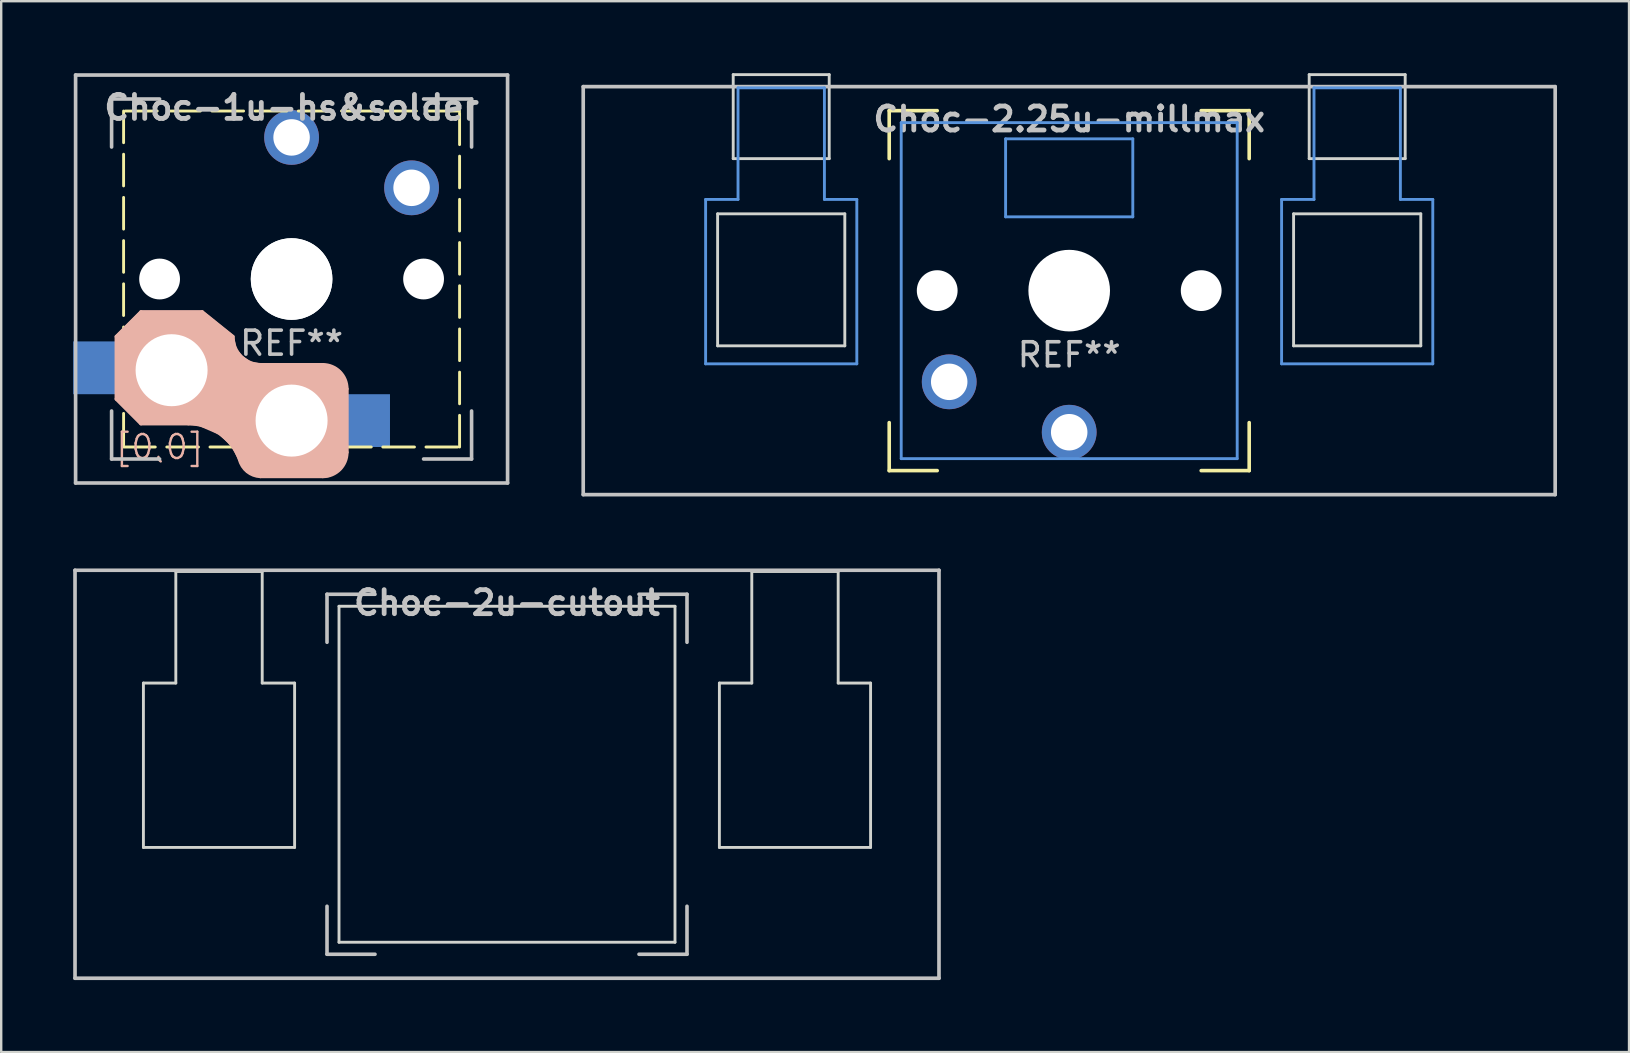
<source format=kicad_pcb>
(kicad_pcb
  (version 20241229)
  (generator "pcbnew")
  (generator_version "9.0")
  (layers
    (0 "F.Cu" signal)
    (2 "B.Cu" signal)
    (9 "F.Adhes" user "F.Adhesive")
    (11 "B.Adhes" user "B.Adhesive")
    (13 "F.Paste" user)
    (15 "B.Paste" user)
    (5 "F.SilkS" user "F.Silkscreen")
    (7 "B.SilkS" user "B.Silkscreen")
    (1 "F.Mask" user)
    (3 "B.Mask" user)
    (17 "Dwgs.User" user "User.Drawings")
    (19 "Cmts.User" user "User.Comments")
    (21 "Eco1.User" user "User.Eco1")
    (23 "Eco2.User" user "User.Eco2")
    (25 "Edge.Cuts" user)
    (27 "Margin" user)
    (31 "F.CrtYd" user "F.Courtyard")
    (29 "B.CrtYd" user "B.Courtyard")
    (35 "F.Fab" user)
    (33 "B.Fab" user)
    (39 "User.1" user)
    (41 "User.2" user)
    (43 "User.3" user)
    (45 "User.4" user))
  (footprint "Choc-1u-hs&solder"
    (layer "F.Cu")
    (at 9.1 8.576)
    (property "Reference" "Choc-1u-hs&solder" (at 0 -7.144 180) (layer "Dwgs.User") (effects (font (size 1 1) (thickness 0.2))))
    (property "COL" "0" (at 0 0 0) (layer "F.Fab") (hide yes) (effects (font (size 1.27 1.27) (thickness 0.15))))
    (property "ROW" "0" (at 0 0 0) (layer "F.Fab") (hide yes) (effects (font (size 1.27 1.27) (thickness 0.15))))
    (attr through_hole)
    (fp_line (start -7 -7) (end -7 7) (stroke (width 0.12) (type dash)) (layer "F.SilkS"))
    (fp_line (start -7 7) (end 7 7) (stroke (width 0.12) (type dash)) (layer "F.SilkS"))
    (fp_line (start 7 -7) (end -7 -7) (stroke (width 0.12) (type dash)) (layer "F.SilkS"))
    (fp_line (start 7 7) (end 7 -7) (stroke (width 0.12) (type dash)) (layer "F.SilkS"))
    (fp_line (start -7.3 2.4) (end -7.3 5) (stroke (width 0.15) (type solid)) (layer "B.SilkS"))
    (fp_line (start -7.3 2.4) (end -6.275 1.375) (stroke (width 0.15) (type solid)) (layer "B.SilkS"))
    (fp_line (start -7.3 5) (end -6.275 6.025) (stroke (width 0.15) (type solid)) (layer "B.SilkS"))
    (fp_line (start -4.3 6.025) (end -6.275 6.025) (stroke (width 0.15) (type solid)) (layer "B.SilkS"))
    (fp_line (start -3.725 1.375) (end -6.275 1.375) (stroke (width 0.15) (type solid)) (layer "B.SilkS"))
    (fp_line (start -3.725 1.375) (end -2.45 2.4) (stroke (width 0.15) (type solid)) (layer "B.SilkS"))
    (fp_line (start 1.3 3.575) (end -1.275 3.575) (stroke (width 0.15) (type solid)) (layer "B.SilkS"))
    (fp_line (start 1.3 8.225) (end -1.3 8.225) (stroke (width 0.15) (type solid)) (layer "B.SilkS"))
    (fp_line (start 2.3 4.575) (end 2.3 7.225) (stroke (width 0.15) (type solid)) (layer "B.SilkS"))
    (fp_arc (start -4.3 6.025) (mid -2.995114 6.436429) (end -2.162199 7.521904) (stroke (width 0.15) (type solid)) (layer "B.SilkS"))
    (fp_arc (start -1.300995 8.223791) (mid -1.848284 8.016021) (end -2.162199 7.521904) (stroke (width 0.15) (type solid)) (layer "B.SilkS"))
    (fp_arc (start -1.275 3.575) (mid -2.10585 3.23085) (end -2.45 2.4) (stroke (width 0.15) (type solid)) (layer "B.SilkS"))
    (fp_arc (start 1.3 3.575) (mid 2.007107 3.867893) (end 2.3 4.575) (stroke (width 0.15) (type solid)) (layer "B.SilkS"))
    (fp_arc (start 2.3 7.225) (mid 2.007107 7.932107) (end 1.3 8.225) (stroke (width 0.15) (type solid)) (layer "B.SilkS"))
    (fp_poly (pts (xy -7.3 5) (xy -7.3 2.4) (xy -6.275 1.375) (xy -3.725 1.375) (xy -2.45 2.4) (xy -2.35 2.93) (xy -2.106 3.231) (xy -1.73 3.5) (xy -1.275 3.575) (xy 1.3 3.575) (xy 1.81 3.72) (xy 2.007 3.868) (xy 2.21 4.2) (xy 2.3 4.575) (xy 2.3 7.225) (xy 2.18 7.66) (xy 2.007 7.932) (xy 1.52 8.2) (xy 1.3 8.225) (xy -1.3 8.225) (xy -1.848 8.016) (xy -2.162 7.522) (xy -2.45 6.94) (xy -2.995 6.436) (xy -3.89 6.05) (xy -4.3 6.025) (xy -6.275 6.025)) (stroke (width 0.12) (type solid)) (fill yes) (layer "B.SilkS"))
    (fp_line (start -9 -8.5) (end 9 -8.5) (stroke (width 0.152) (type solid)) (layer "Dwgs.User"))
    (fp_line (start -9 8.5) (end -9 -8.5) (stroke (width 0.152) (type solid)) (layer "Dwgs.User"))
    (fp_line (start -7.5 -7.5) (end -7.5 -5.5) (stroke (width 0.15) (type solid)) (layer "Dwgs.User"))
    (fp_line (start -7.5 7.5) (end -7.5 5.5) (stroke (width 0.15) (type solid)) (layer "Dwgs.User"))
    (fp_line (start -5.5 -7.5) (end -7.5 -7.5) (stroke (width 0.15) (type solid)) (layer "Dwgs.User"))
    (fp_line (start -5.5 7.5) (end -7.5 7.5) (stroke (width 0.15) (type solid)) (layer "Dwgs.User"))
    (fp_line (start 5.5 -7.5) (end 7.5 -7.5) (stroke (width 0.15) (type solid)) (layer "Dwgs.User"))
    (fp_line (start 5.5 7.5) (end 7.5 7.5) (stroke (width 0.15) (type solid)) (layer "Dwgs.User"))
    (fp_line (start 7.5 -7.5) (end 7.5 -5.5) (stroke (width 0.15) (type solid)) (layer "Dwgs.User"))
    (fp_line (start 7.5 7.5) (end 7.5 5.5) (stroke (width 0.15) (type solid)) (layer "Dwgs.User"))
    (fp_line (start 9 -8.5) (end 9 8.5) (stroke (width 0.152) (type solid)) (layer "Dwgs.User"))
    (fp_line (start 9 8.5) (end -9 8.5) (stroke (width 0.152) (type solid)) (layer "Dwgs.User"))
    (fp_text user "[${ROW},${COL}]" (at -5.5 7 0) (layer "B.SilkS") (effects (font (size 1 1) (thickness 0.1)) (justify mirror)))
    (fp_text user "REF**" (at 0 2.675 0) (layer "Dwgs.User") (effects (font (size 1 1) (thickness 0.15))))
    (pad "" np_thru_hole circle (at -5.5 0 180) (size 1.7 1.7) (drill 1.7) (layers "*.Cu" "*.Mask"))
    (pad "" np_thru_hole circle (at 0 0 270) (size 3.4 3.4) (drill 3.4) (layers "*.Cu" "*.Mask"))
    (pad "" np_thru_hole circle (at 0 0 90) (size 3.4 3.4) (drill 3.4) (layers "*.Cu" "*.Mask"))
    (pad "" np_thru_hole circle (at 5.5 0 180) (size 1.7 1.7) (drill 1.7) (layers "*.Cu" "*.Mask"))
    (pad "1" thru_hole circle (at 0 5.9 90) (size 3.5 3.5) (drill 3) (layers "*.Cu" "*.Mask"))
    (pad "1" smd rect (at 2.6 5.9 180) (size 3 2.2) (layers "B.Cu" "B.Mask" "B.Paste"))
    (pad "1" thru_hole circle (at 5 -3.8 180) (size 2.282 2.282) (drill 1.52) (layers "*.Cu" "B.Mask"))
    (pad "2" smd rect (at -7.6 3.7 180) (size 3 2.2) (layers "B.Cu" "B.Mask" "B.Paste"))
    (pad "2" thru_hole circle (at -5 3.8 90) (size 3.5 3.5) (drill 3) (layers "*.Cu" "*.Mask"))
    (pad "2" thru_hole circle (at 0 -5.9) (size 2.282 2.282) (drill 1.52) (layers "*.Cu" "B.Mask")))
  (footprint "Choc-2.25u-millmax"
    (layer "F.Cu")
    (at 41.502 9.06)
    (property "Reference" "Choc-2.25u-millmax" (at 0 -7.144 180) (layer "Dwgs.User") (effects (font (size 1 1) (thickness 0.2))))
    (attr through_hole exclude_from_pos_files exclude_from_bom)
    (fp_line (start -7.5 -7.5) (end -7.5 -5.5) (stroke (width 0.15) (type solid)) (layer "F.SilkS"))
    (fp_line (start -7.5 7.5) (end -7.5 5.5) (stroke (width 0.15) (type solid)) (layer "F.SilkS"))
    (fp_line (start -5.5 -7.5) (end -7.5 -7.5) (stroke (width 0.15) (type solid)) (layer "F.SilkS"))
    (fp_line (start -5.5 7.5) (end -7.5 7.5) (stroke (width 0.15) (type solid)) (layer "F.SilkS"))
    (fp_line (start 5.5 -7.5) (end 7.5 -7.5) (stroke (width 0.15) (type solid)) (layer "F.SilkS"))
    (fp_line (start 5.5 7.5) (end 7.5 7.5) (stroke (width 0.15) (type solid)) (layer "F.SilkS"))
    (fp_line (start 7.5 -7.5) (end 7.5 -5.5) (stroke (width 0.15) (type solid)) (layer "F.SilkS"))
    (fp_line (start 7.5 7.5) (end 7.5 5.5) (stroke (width 0.15) (type solid)) (layer "F.SilkS"))
    (fp_line (start -20.25 -8.5) (end 20.25 -8.5) (stroke (width 0.152) (type solid)) (layer "Dwgs.User"))
    (fp_line (start -20.25 8.5) (end -20.25 -8.5) (stroke (width 0.152) (type solid)) (layer "Dwgs.User"))
    (fp_line (start 20.25 -8.5) (end 20.25 8.5) (stroke (width 0.152) (type solid)) (layer "Dwgs.User"))
    (fp_line (start 20.25 8.5) (end -20.25 8.5) (stroke (width 0.152) (type solid)) (layer "Dwgs.User"))
    (fp_line (start -15.15 -3.8) (end -13.8 -3.8) (stroke (width 0.12) (type solid)) (layer "Cmts.User"))
    (fp_line (start -15.15 3.05) (end -15.15 -3.8) (stroke (width 0.12) (type solid)) (layer "Cmts.User"))
    (fp_line (start -15.15 3.05) (end -8.85 3.05) (stroke (width 0.12) (type solid)) (layer "Cmts.User"))
    (fp_line (start -13.8 -8.45) (end -13.8 -3.8) (stroke (width 0.12) (type solid)) (layer "Cmts.User"))
    (fp_line (start -13.8 -8.45) (end -10.2 -8.45) (stroke (width 0.12) (type solid)) (layer "Cmts.User"))
    (fp_line (start -10.2 -8.45) (end -10.2 -3.8) (stroke (width 0.12) (type solid)) (layer "Cmts.User"))
    (fp_line (start -10.2 -3.8) (end -8.85 -3.8) (stroke (width 0.12) (type solid)) (layer "Cmts.User"))
    (fp_line (start -8.85 3.05) (end -8.85 -3.8) (stroke (width 0.12) (type solid)) (layer "Cmts.User"))
    (fp_line (start -7 -7) (end -7 7) (stroke (width 0.12) (type solid)) (layer "Cmts.User"))
    (fp_line (start -7 7) (end 7 7) (stroke (width 0.12) (type solid)) (layer "Cmts.User"))
    (fp_line (start -2.65 -6.325) (end 2.65 -6.325) (stroke (width 0.12) (type solid)) (layer "Cmts.User"))
    (fp_line (start -2.65 -3.075) (end -2.65 -6.325) (stroke (width 0.12) (type solid)) (layer "Cmts.User"))
    (fp_line (start 2.65 -6.325) (end 2.65 -3.075) (stroke (width 0.12) (type solid)) (layer "Cmts.User"))
    (fp_line (start 2.65 -3.075) (end -2.65 -3.075) (stroke (width 0.12) (type solid)) (layer "Cmts.User"))
    (fp_line (start 7 -7) (end -7 -7) (stroke (width 0.12) (type solid)) (layer "Cmts.User"))
    (fp_line (start 7 7) (end 7 -7) (stroke (width 0.12) (type solid)) (layer "Cmts.User"))
    (fp_line (start 8.85 -3.8) (end 10.2 -3.8) (stroke (width 0.12) (type solid)) (layer "Cmts.User"))
    (fp_line (start 8.85 3.05) (end 8.85 -3.8) (stroke (width 0.12) (type solid)) (layer "Cmts.User"))
    (fp_line (start 8.85 3.05) (end 15.15 3.05) (stroke (width 0.12) (type solid)) (layer "Cmts.User"))
    (fp_line (start 10.2 -8.45) (end 10.2 -3.8) (stroke (width 0.12) (type solid)) (layer "Cmts.User"))
    (fp_line (start 10.2 -8.45) (end 13.8 -8.45) (stroke (width 0.12) (type solid)) (layer "Cmts.User"))
    (fp_line (start 13.8 -8.45) (end 13.8 -3.8) (stroke (width 0.12) (type solid)) (layer "Cmts.User"))
    (fp_line (start 13.8 -3.8) (end 15.15 -3.8) (stroke (width 0.12) (type solid)) (layer "Cmts.User"))
    (fp_line (start 15.15 3.05) (end 15.15 -3.8) (stroke (width 0.12) (type solid)) (layer "Cmts.User"))
    (fp_line (start -14.65 -3.2) (end -14.65 2.3) (stroke (width 0.12) (type solid)) (layer "Edge.Cuts"))
    (fp_line (start -14.65 -3.2) (end -9.35 -3.2) (stroke (width 0.12) (type solid)) (layer "Edge.Cuts"))
    (fp_line (start -14.65 2.3) (end -9.35 2.3) (stroke (width 0.12) (type solid)) (layer "Edge.Cuts"))
    (fp_line (start -14 -9) (end -14 -5.5) (stroke (width 0.12) (type solid)) (layer "Edge.Cuts"))
    (fp_line (start -14 -9) (end -10 -9) (stroke (width 0.12) (type solid)) (layer "Edge.Cuts"))
    (fp_line (start -14 -5.5) (end -10 -5.5) (stroke (width 0.12) (type solid)) (layer "Edge.Cuts"))
    (fp_line (start -10 -5.5) (end -10 -9) (stroke (width 0.12) (type solid)) (layer "Edge.Cuts"))
    (fp_line (start -9.35 2.3) (end -9.35 -3.2) (stroke (width 0.12) (type solid)) (layer "Edge.Cuts"))
    (fp_line (start 9.35 -3.2) (end 9.35 2.3) (stroke (width 0.12) (type solid)) (layer "Edge.Cuts"))
    (fp_line (start 9.35 -3.2) (end 14.65 -3.2) (stroke (width 0.12) (type solid)) (layer "Edge.Cuts"))
    (fp_line (start 9.35 2.3) (end 14.65 2.3) (stroke (width 0.12) (type solid)) (layer "Edge.Cuts"))
    (fp_line (start 10 -9) (end 10 -5.5) (stroke (width 0.12) (type solid)) (layer "Edge.Cuts"))
    (fp_line (start 10 -9) (end 14 -9) (stroke (width 0.12) (type solid)) (layer "Edge.Cuts"))
    (fp_line (start 10 -5.5) (end 14 -5.5) (stroke (width 0.12) (type solid)) (layer "Edge.Cuts"))
    (fp_line (start 14 -5.5) (end 14 -9) (stroke (width 0.12) (type solid)) (layer "Edge.Cuts"))
    (fp_line (start 14.65 2.3) (end 14.65 -3.2) (stroke (width 0.12) (type solid)) (layer "Edge.Cuts"))
    (fp_text user "REF**" (at 0 2.675 0) (layer "Dwgs.User") (effects (font (size 1 1) (thickness 0.15))))
    (pad "" np_thru_hole circle (at -5.5 0 180) (size 1.7 1.7) (drill 1.7) (layers "*.Cu" "*.Mask"))
    (pad "" np_thru_hole circle (at 0 0 90) (size 3.4 3.4) (drill 3.4) (layers "*.Cu" "*.Mask"))
    (pad "" np_thru_hole circle (at 5.5 0 180) (size 1.7 1.7) (drill 1.7) (layers "*.Cu" "*.Mask"))
    (pad "1" thru_hole circle (at -5 3.8 41.9) (size 2.282 2.282) (drill 1.52) (layers "*.Cu" "B.Mask"))
    (pad "2" thru_hole circle (at 0 5.9 180) (size 2.282 2.282) (drill 1.52) (layers "*.Cu" "B.Mask")))
  (footprint "Choc-2u-cutout"
    (layer "F.Cu")
    (at 18.076 29.212)
    (property "Reference" "Choc-2u-cutout" (at 0 -7.144 180) (layer "Dwgs.User") (effects (font (size 1 1) (thickness 0.2))))
    (attr through_hole exclude_from_pos_files exclude_from_bom)
    (fp_line (start -18 -8.5) (end 18 -8.5) (stroke (width 0.152) (type solid)) (layer "Dwgs.User"))
    (fp_line (start -18 8.5) (end -18 -8.5) (stroke (width 0.152) (type solid)) (layer "Dwgs.User"))
    (fp_line (start -7.5 -7.5) (end -7.5 -5.5) (stroke (width 0.15) (type solid)) (layer "Dwgs.User"))
    (fp_line (start -7.5 7.5) (end -7.5 5.5) (stroke (width 0.15) (type solid)) (layer "Dwgs.User"))
    (fp_line (start -5.5 -7.5) (end -7.5 -7.5) (stroke (width 0.15) (type solid)) (layer "Dwgs.User"))
    (fp_line (start -5.5 7.5) (end -7.5 7.5) (stroke (width 0.15) (type solid)) (layer "Dwgs.User"))
    (fp_line (start 5.5 -7.5) (end 7.5 -7.5) (stroke (width 0.15) (type solid)) (layer "Dwgs.User"))
    (fp_line (start 5.5 7.5) (end 7.5 7.5) (stroke (width 0.15) (type solid)) (layer "Dwgs.User"))
    (fp_line (start 7.5 -7.5) (end 7.5 -5.5) (stroke (width 0.15) (type solid)) (layer "Dwgs.User"))
    (fp_line (start 7.5 7.5) (end 7.5 5.5) (stroke (width 0.15) (type solid)) (layer "Dwgs.User"))
    (fp_line (start 18 -8.5) (end 18 8.5) (stroke (width 0.152) (type solid)) (layer "Dwgs.User"))
    (fp_line (start 18 8.5) (end -18 8.5) (stroke (width 0.152) (type solid)) (layer "Dwgs.User"))
    (fp_line (start -15.15 -3.8) (end -13.8 -3.8) (stroke (width 0.12) (type solid)) (layer "Edge.Cuts"))
    (fp_line (start -15.15 3.05) (end -15.15 -3.8) (stroke (width 0.12) (type solid)) (layer "Edge.Cuts"))
    (fp_line (start -15.15 3.05) (end -8.85 3.05) (stroke (width 0.12) (type solid)) (layer "Edge.Cuts"))
    (fp_line (start -13.8 -8.45) (end -13.8 -3.8) (stroke (width 0.12) (type solid)) (layer "Edge.Cuts"))
    (fp_line (start -13.8 -8.45) (end -10.2 -8.45) (stroke (width 0.12) (type solid)) (layer "Edge.Cuts"))
    (fp_line (start -10.2 -8.45) (end -10.2 -3.8) (stroke (width 0.12) (type solid)) (layer "Edge.Cuts"))
    (fp_line (start -10.2 -3.8) (end -8.85 -3.8) (stroke (width 0.12) (type solid)) (layer "Edge.Cuts"))
    (fp_line (start -8.85 3.05) (end -8.85 -3.8) (stroke (width 0.12) (type solid)) (layer "Edge.Cuts"))
    (fp_line (start -7 -7) (end -7 7) (stroke (width 0.12) (type solid)) (layer "Edge.Cuts"))
    (fp_line (start -7 7) (end 7 7) (stroke (width 0.12) (type solid)) (layer "Edge.Cuts"))
    (fp_line (start 7 -7) (end -7 -7) (stroke (width 0.12) (type solid)) (layer "Edge.Cuts"))
    (fp_line (start 7 7) (end 7 -7) (stroke (width 0.12) (type solid)) (layer "Edge.Cuts"))
    (fp_line (start 8.85 -3.8) (end 10.2 -3.8) (stroke (width 0.12) (type solid)) (layer "Edge.Cuts"))
    (fp_line (start 8.85 3.05) (end 8.85 -3.8) (stroke (width 0.12) (type solid)) (layer "Edge.Cuts"))
    (fp_line (start 8.85 3.05) (end 15.15 3.05) (stroke (width 0.12) (type solid)) (layer "Edge.Cuts"))
    (fp_line (start 10.2 -8.45) (end 10.2 -3.8) (stroke (width 0.12) (type solid)) (layer "Edge.Cuts"))
    (fp_line (start 10.2 -8.45) (end 13.8 -8.45) (stroke (width 0.12) (type solid)) (layer "Edge.Cuts"))
    (fp_line (start 13.8 -8.45) (end 13.8 -3.8) (stroke (width 0.12) (type solid)) (layer "Edge.Cuts"))
    (fp_line (start 13.8 -3.8) (end 15.15 -3.8) (stroke (width 0.12) (type solid)) (layer "Edge.Cuts"))
    (fp_line (start 15.15 3.05) (end 15.15 -3.8) (stroke (width 0.12) (type solid)) (layer "Edge.Cuts")))
  (gr_rect
    (start -3 -3)
    (end 64.829 40.789)
    (stroke (width 0.1) (type default))
    (fill no)
    (layer "Edge.Cuts")))
</source>
